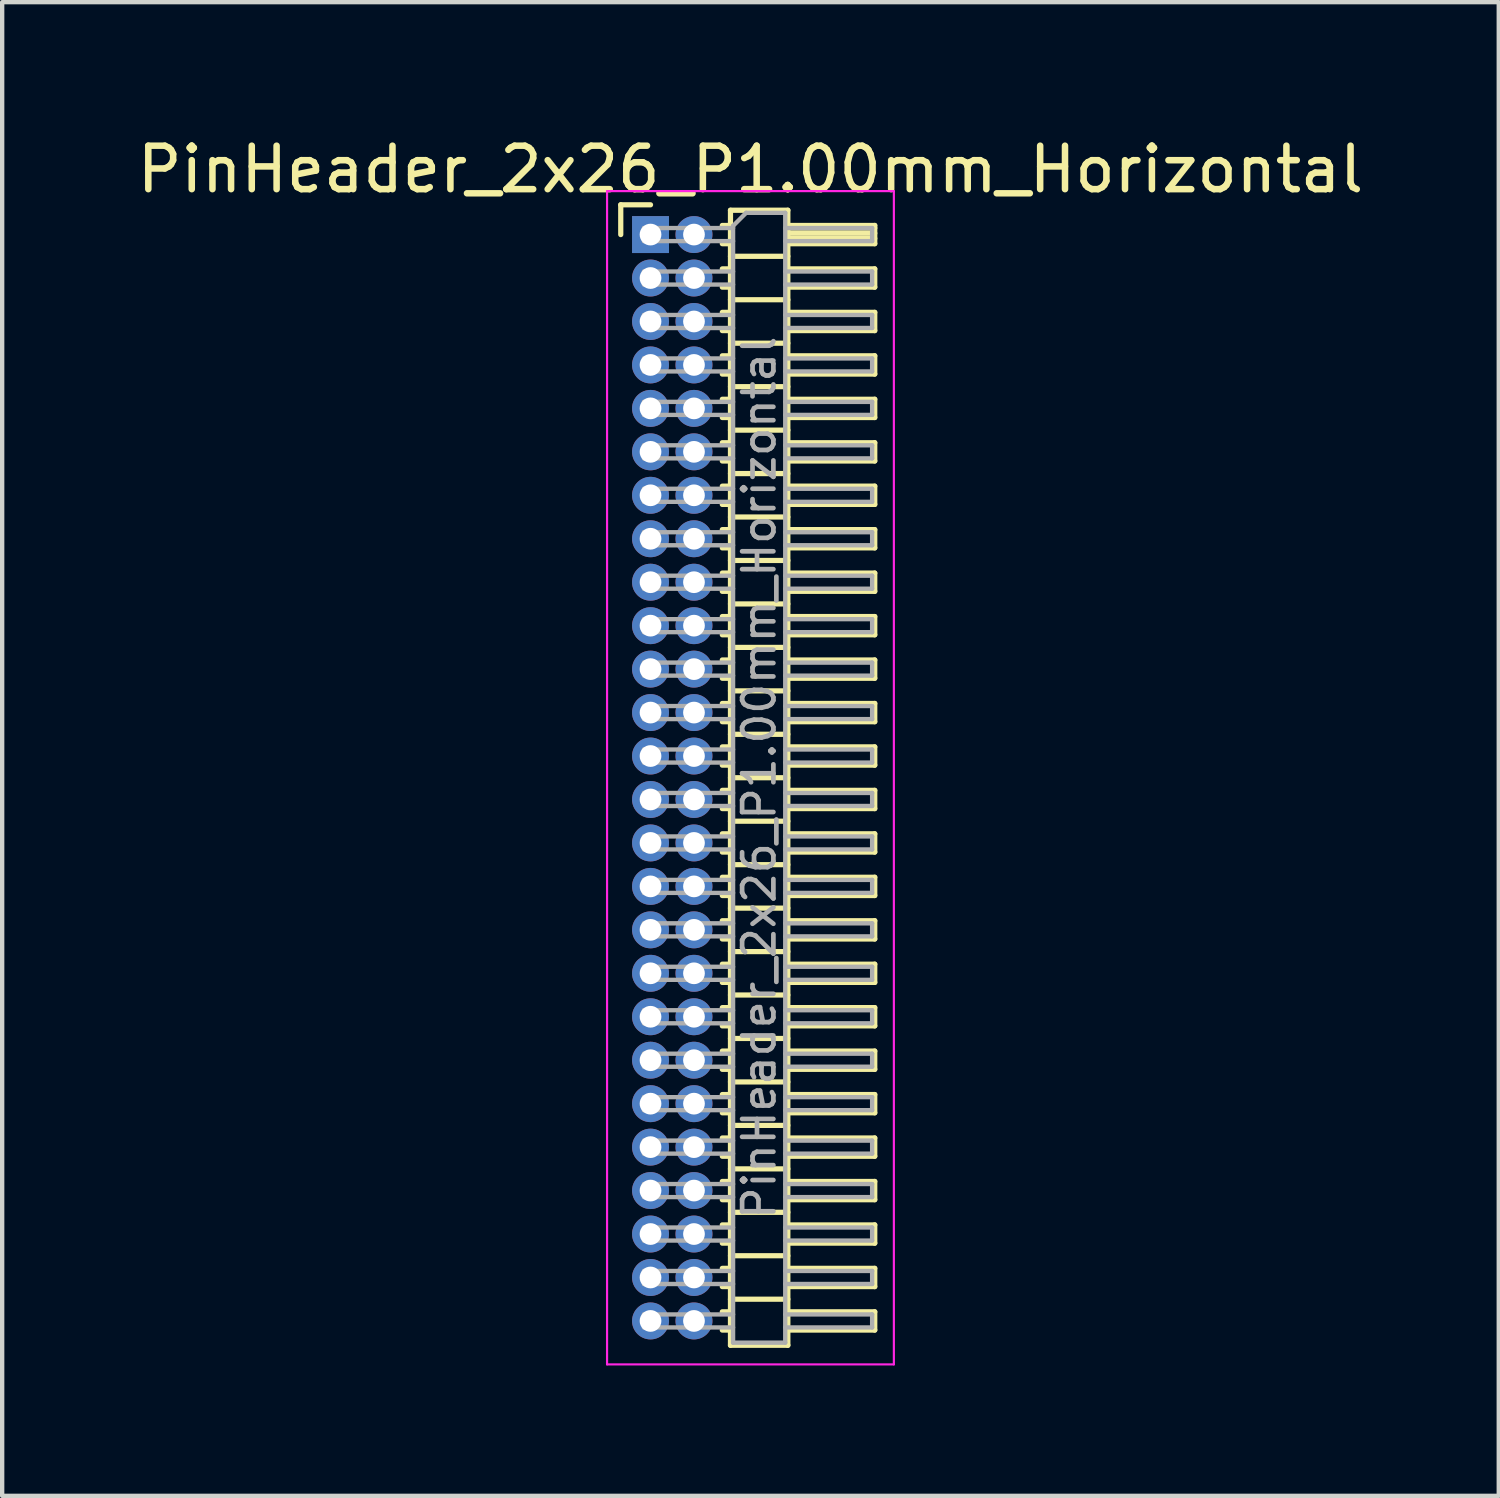
<source format=kicad_pcb>
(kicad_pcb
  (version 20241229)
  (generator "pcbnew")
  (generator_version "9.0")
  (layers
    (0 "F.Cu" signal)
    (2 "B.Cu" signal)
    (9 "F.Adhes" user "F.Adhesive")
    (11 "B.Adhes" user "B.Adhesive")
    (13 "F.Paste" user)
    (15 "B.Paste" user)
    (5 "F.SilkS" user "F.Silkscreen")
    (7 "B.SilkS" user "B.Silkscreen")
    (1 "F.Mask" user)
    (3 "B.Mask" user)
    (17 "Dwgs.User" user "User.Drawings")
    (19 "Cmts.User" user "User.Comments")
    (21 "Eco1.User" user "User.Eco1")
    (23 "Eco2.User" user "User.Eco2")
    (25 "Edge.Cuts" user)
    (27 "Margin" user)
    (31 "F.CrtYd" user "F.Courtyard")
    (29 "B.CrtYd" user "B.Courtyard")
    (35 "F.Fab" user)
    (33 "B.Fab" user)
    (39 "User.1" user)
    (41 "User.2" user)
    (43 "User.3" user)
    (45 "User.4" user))
  (footprint "PinHeader_2x26_P1.00mm_Horizontal"
    (layer "F.Cu")
    (at 11.92 2.348)
    (property "Reference" "PinHeader_2x26_P1.00mm_Horizontal" (at 2.3 -1.5 0) (layer "F.SilkS") (effects (font (size 1 1) (thickness 0.15))))
    (attr through_hole)
    (fp_line (start -0.685 -0.685) (end 0 -0.685) (stroke (width 0.12) (type solid)) (layer "F.SilkS"))
    (fp_line (start -0.685 0) (end -0.685 -0.685) (stroke (width 0.12) (type solid)) (layer "F.SilkS"))
    (fp_line (start 1.652 -0.21) (end 1.84 -0.21) (stroke (width 0.12) (type solid)) (layer "F.SilkS"))
    (fp_line (start 1.652 0.21) (end 1.84 0.21) (stroke (width 0.12) (type solid)) (layer "F.SilkS"))
    (fp_line (start 1.652 0.79) (end 1.84 0.79) (stroke (width 0.12) (type solid)) (layer "F.SilkS"))
    (fp_line (start 1.652 1.21) (end 1.84 1.21) (stroke (width 0.12) (type solid)) (layer "F.SilkS"))
    (fp_line (start 1.652 1.79) (end 1.84 1.79) (stroke (width 0.12) (type solid)) (layer "F.SilkS"))
    (fp_line (start 1.652 2.21) (end 1.84 2.21) (stroke (width 0.12) (type solid)) (layer "F.SilkS"))
    (fp_line (start 1.652 2.79) (end 1.84 2.79) (stroke (width 0.12) (type solid)) (layer "F.SilkS"))
    (fp_line (start 1.652 3.21) (end 1.84 3.21) (stroke (width 0.12) (type solid)) (layer "F.SilkS"))
    (fp_line (start 1.652 3.79) (end 1.84 3.79) (stroke (width 0.12) (type solid)) (layer "F.SilkS"))
    (fp_line (start 1.652 4.21) (end 1.84 4.21) (stroke (width 0.12) (type solid)) (layer "F.SilkS"))
    (fp_line (start 1.652 4.79) (end 1.84 4.79) (stroke (width 0.12) (type solid)) (layer "F.SilkS"))
    (fp_line (start 1.652 5.21) (end 1.84 5.21) (stroke (width 0.12) (type solid)) (layer "F.SilkS"))
    (fp_line (start 1.652 5.79) (end 1.84 5.79) (stroke (width 0.12) (type solid)) (layer "F.SilkS"))
    (fp_line (start 1.652 6.21) (end 1.84 6.21) (stroke (width 0.12) (type solid)) (layer "F.SilkS"))
    (fp_line (start 1.652 6.79) (end 1.84 6.79) (stroke (width 0.12) (type solid)) (layer "F.SilkS"))
    (fp_line (start 1.652 7.21) (end 1.84 7.21) (stroke (width 0.12) (type solid)) (layer "F.SilkS"))
    (fp_line (start 1.652 7.79) (end 1.84 7.79) (stroke (width 0.12) (type solid)) (layer "F.SilkS"))
    (fp_line (start 1.652 8.21) (end 1.84 8.21) (stroke (width 0.12) (type solid)) (layer "F.SilkS"))
    (fp_line (start 1.652 8.79) (end 1.84 8.79) (stroke (width 0.12) (type solid)) (layer "F.SilkS"))
    (fp_line (start 1.652 9.21) (end 1.84 9.21) (stroke (width 0.12) (type solid)) (layer "F.SilkS"))
    (fp_line (start 1.652 9.79) (end 1.84 9.79) (stroke (width 0.12) (type solid)) (layer "F.SilkS"))
    (fp_line (start 1.652 10.21) (end 1.84 10.21) (stroke (width 0.12) (type solid)) (layer "F.SilkS"))
    (fp_line (start 1.652 10.79) (end 1.84 10.79) (stroke (width 0.12) (type solid)) (layer "F.SilkS"))
    (fp_line (start 1.652 11.21) (end 1.84 11.21) (stroke (width 0.12) (type solid)) (layer "F.SilkS"))
    (fp_line (start 1.652 11.79) (end 1.84 11.79) (stroke (width 0.12) (type solid)) (layer "F.SilkS"))
    (fp_line (start 1.652 12.21) (end 1.84 12.21) (stroke (width 0.12) (type solid)) (layer "F.SilkS"))
    (fp_line (start 1.652 12.79) (end 1.84 12.79) (stroke (width 0.12) (type solid)) (layer "F.SilkS"))
    (fp_line (start 1.652 13.21) (end 1.84 13.21) (stroke (width 0.12) (type solid)) (layer "F.SilkS"))
    (fp_line (start 1.652 13.79) (end 1.84 13.79) (stroke (width 0.12) (type solid)) (layer "F.SilkS"))
    (fp_line (start 1.652 14.21) (end 1.84 14.21) (stroke (width 0.12) (type solid)) (layer "F.SilkS"))
    (fp_line (start 1.652 14.79) (end 1.84 14.79) (stroke (width 0.12) (type solid)) (layer "F.SilkS"))
    (fp_line (start 1.652 15.21) (end 1.84 15.21) (stroke (width 0.12) (type solid)) (layer "F.SilkS"))
    (fp_line (start 1.652 15.79) (end 1.84 15.79) (stroke (width 0.12) (type solid)) (layer "F.SilkS"))
    (fp_line (start 1.652 16.21) (end 1.84 16.21) (stroke (width 0.12) (type solid)) (layer "F.SilkS"))
    (fp_line (start 1.652 16.79) (end 1.84 16.79) (stroke (width 0.12) (type solid)) (layer "F.SilkS"))
    (fp_line (start 1.652 17.21) (end 1.84 17.21) (stroke (width 0.12) (type solid)) (layer "F.SilkS"))
    (fp_line (start 1.652 17.79) (end 1.84 17.79) (stroke (width 0.12) (type solid)) (layer "F.SilkS"))
    (fp_line (start 1.652 18.21) (end 1.84 18.21) (stroke (width 0.12) (type solid)) (layer "F.SilkS"))
    (fp_line (start 1.652 18.79) (end 1.84 18.79) (stroke (width 0.12) (type solid)) (layer "F.SilkS"))
    (fp_line (start 1.652 19.21) (end 1.84 19.21) (stroke (width 0.12) (type solid)) (layer "F.SilkS"))
    (fp_line (start 1.652 19.79) (end 1.84 19.79) (stroke (width 0.12) (type solid)) (layer "F.SilkS"))
    (fp_line (start 1.652 20.21) (end 1.84 20.21) (stroke (width 0.12) (type solid)) (layer "F.SilkS"))
    (fp_line (start 1.652 20.79) (end 1.84 20.79) (stroke (width 0.12) (type solid)) (layer "F.SilkS"))
    (fp_line (start 1.652 21.21) (end 1.84 21.21) (stroke (width 0.12) (type solid)) (layer "F.SilkS"))
    (fp_line (start 1.652 21.79) (end 1.84 21.79) (stroke (width 0.12) (type solid)) (layer "F.SilkS"))
    (fp_line (start 1.652 22.21) (end 1.84 22.21) (stroke (width 0.12) (type solid)) (layer "F.SilkS"))
    (fp_line (start 1.652 22.79) (end 1.84 22.79) (stroke (width 0.12) (type solid)) (layer "F.SilkS"))
    (fp_line (start 1.652 23.21) (end 1.84 23.21) (stroke (width 0.12) (type solid)) (layer "F.SilkS"))
    (fp_line (start 1.652 23.79) (end 1.84 23.79) (stroke (width 0.12) (type solid)) (layer "F.SilkS"))
    (fp_line (start 1.652 24.21) (end 1.84 24.21) (stroke (width 0.12) (type solid)) (layer "F.SilkS"))
    (fp_line (start 1.652 24.79) (end 1.84 24.79) (stroke (width 0.12) (type solid)) (layer "F.SilkS"))
    (fp_line (start 1.652 25.21) (end 1.84 25.21) (stroke (width 0.12) (type solid)) (layer "F.SilkS"))
    (fp_line (start 1.84 -0.56) (end 1.84 25.56) (stroke (width 0.12) (type solid)) (layer "F.SilkS"))
    (fp_line (start 1.84 0.5) (end 3.16 0.5) (stroke (width 0.12) (type solid)) (layer "F.SilkS"))
    (fp_line (start 1.84 1.5) (end 3.16 1.5) (stroke (width 0.12) (type solid)) (layer "F.SilkS"))
    (fp_line (start 1.84 2.5) (end 3.16 2.5) (stroke (width 0.12) (type solid)) (layer "F.SilkS"))
    (fp_line (start 1.84 3.5) (end 3.16 3.5) (stroke (width 0.12) (type solid)) (layer "F.SilkS"))
    (fp_line (start 1.84 4.5) (end 3.16 4.5) (stroke (width 0.12) (type solid)) (layer "F.SilkS"))
    (fp_line (start 1.84 5.5) (end 3.16 5.5) (stroke (width 0.12) (type solid)) (layer "F.SilkS"))
    (fp_line (start 1.84 6.5) (end 3.16 6.5) (stroke (width 0.12) (type solid)) (layer "F.SilkS"))
    (fp_line (start 1.84 7.5) (end 3.16 7.5) (stroke (width 0.12) (type solid)) (layer "F.SilkS"))
    (fp_line (start 1.84 8.5) (end 3.16 8.5) (stroke (width 0.12) (type solid)) (layer "F.SilkS"))
    (fp_line (start 1.84 9.5) (end 3.16 9.5) (stroke (width 0.12) (type solid)) (layer "F.SilkS"))
    (fp_line (start 1.84 10.5) (end 3.16 10.5) (stroke (width 0.12) (type solid)) (layer "F.SilkS"))
    (fp_line (start 1.84 11.5) (end 3.16 11.5) (stroke (width 0.12) (type solid)) (layer "F.SilkS"))
    (fp_line (start 1.84 12.5) (end 3.16 12.5) (stroke (width 0.12) (type solid)) (layer "F.SilkS"))
    (fp_line (start 1.84 13.5) (end 3.16 13.5) (stroke (width 0.12) (type solid)) (layer "F.SilkS"))
    (fp_line (start 1.84 14.5) (end 3.16 14.5) (stroke (width 0.12) (type solid)) (layer "F.SilkS"))
    (fp_line (start 1.84 15.5) (end 3.16 15.5) (stroke (width 0.12) (type solid)) (layer "F.SilkS"))
    (fp_line (start 1.84 16.5) (end 3.16 16.5) (stroke (width 0.12) (type solid)) (layer "F.SilkS"))
    (fp_line (start 1.84 17.5) (end 3.16 17.5) (stroke (width 0.12) (type solid)) (layer "F.SilkS"))
    (fp_line (start 1.84 18.5) (end 3.16 18.5) (stroke (width 0.12) (type solid)) (layer "F.SilkS"))
    (fp_line (start 1.84 19.5) (end 3.16 19.5) (stroke (width 0.12) (type solid)) (layer "F.SilkS"))
    (fp_line (start 1.84 20.5) (end 3.16 20.5) (stroke (width 0.12) (type solid)) (layer "F.SilkS"))
    (fp_line (start 1.84 21.5) (end 3.16 21.5) (stroke (width 0.12) (type solid)) (layer "F.SilkS"))
    (fp_line (start 1.84 22.5) (end 3.16 22.5) (stroke (width 0.12) (type solid)) (layer "F.SilkS"))
    (fp_line (start 1.84 23.5) (end 3.16 23.5) (stroke (width 0.12) (type solid)) (layer "F.SilkS"))
    (fp_line (start 1.84 24.5) (end 3.16 24.5) (stroke (width 0.12) (type solid)) (layer "F.SilkS"))
    (fp_line (start 1.84 25.56) (end 3.16 25.56) (stroke (width 0.12) (type solid)) (layer "F.SilkS"))
    (fp_line (start 3.16 -0.56) (end 1.84 -0.56) (stroke (width 0.12) (type solid)) (layer "F.SilkS"))
    (fp_line (start 3.16 -0.21) (end 5.16 -0.21) (stroke (width 0.12) (type solid)) (layer "F.SilkS"))
    (fp_line (start 3.16 -0.15) (end 5.16 -0.15) (stroke (width 0.12) (type solid)) (layer "F.SilkS"))
    (fp_line (start 3.16 -0.03) (end 5.16 -0.03) (stroke (width 0.12) (type solid)) (layer "F.SilkS"))
    (fp_line (start 3.16 0.09) (end 5.16 0.09) (stroke (width 0.12) (type solid)) (layer "F.SilkS"))
    (fp_line (start 3.16 0.79) (end 5.16 0.79) (stroke (width 0.12) (type solid)) (layer "F.SilkS"))
    (fp_line (start 3.16 1.79) (end 5.16 1.79) (stroke (width 0.12) (type solid)) (layer "F.SilkS"))
    (fp_line (start 3.16 2.79) (end 5.16 2.79) (stroke (width 0.12) (type solid)) (layer "F.SilkS"))
    (fp_line (start 3.16 3.79) (end 5.16 3.79) (stroke (width 0.12) (type solid)) (layer "F.SilkS"))
    (fp_line (start 3.16 4.79) (end 5.16 4.79) (stroke (width 0.12) (type solid)) (layer "F.SilkS"))
    (fp_line (start 3.16 5.79) (end 5.16 5.79) (stroke (width 0.12) (type solid)) (layer "F.SilkS"))
    (fp_line (start 3.16 6.79) (end 5.16 6.79) (stroke (width 0.12) (type solid)) (layer "F.SilkS"))
    (fp_line (start 3.16 7.79) (end 5.16 7.79) (stroke (width 0.12) (type solid)) (layer "F.SilkS"))
    (fp_line (start 3.16 8.79) (end 5.16 8.79) (stroke (width 0.12) (type solid)) (layer "F.SilkS"))
    (fp_line (start 3.16 9.79) (end 5.16 9.79) (stroke (width 0.12) (type solid)) (layer "F.SilkS"))
    (fp_line (start 3.16 10.79) (end 5.16 10.79) (stroke (width 0.12) (type solid)) (layer "F.SilkS"))
    (fp_line (start 3.16 11.79) (end 5.16 11.79) (stroke (width 0.12) (type solid)) (layer "F.SilkS"))
    (fp_line (start 3.16 12.79) (end 5.16 12.79) (stroke (width 0.12) (type solid)) (layer "F.SilkS"))
    (fp_line (start 3.16 13.79) (end 5.16 13.79) (stroke (width 0.12) (type solid)) (layer "F.SilkS"))
    (fp_line (start 3.16 14.79) (end 5.16 14.79) (stroke (width 0.12) (type solid)) (layer "F.SilkS"))
    (fp_line (start 3.16 15.79) (end 5.16 15.79) (stroke (width 0.12) (type solid)) (layer "F.SilkS"))
    (fp_line (start 3.16 16.79) (end 5.16 16.79) (stroke (width 0.12) (type solid)) (layer "F.SilkS"))
    (fp_line (start 3.16 17.79) (end 5.16 17.79) (stroke (width 0.12) (type solid)) (layer "F.SilkS"))
    (fp_line (start 3.16 18.79) (end 5.16 18.79) (stroke (width 0.12) (type solid)) (layer "F.SilkS"))
    (fp_line (start 3.16 19.79) (end 5.16 19.79) (stroke (width 0.12) (type solid)) (layer "F.SilkS"))
    (fp_line (start 3.16 20.79) (end 5.16 20.79) (stroke (width 0.12) (type solid)) (layer "F.SilkS"))
    (fp_line (start 3.16 21.79) (end 5.16 21.79) (stroke (width 0.12) (type solid)) (layer "F.SilkS"))
    (fp_line (start 3.16 22.79) (end 5.16 22.79) (stroke (width 0.12) (type solid)) (layer "F.SilkS"))
    (fp_line (start 3.16 23.79) (end 5.16 23.79) (stroke (width 0.12) (type solid)) (layer "F.SilkS"))
    (fp_line (start 3.16 24.79) (end 5.16 24.79) (stroke (width 0.12) (type solid)) (layer "F.SilkS"))
    (fp_line (start 3.16 25.56) (end 3.16 -0.56) (stroke (width 0.12) (type solid)) (layer "F.SilkS"))
    (fp_line (start 5.16 -0.21) (end 5.16 0.21) (stroke (width 0.12) (type solid)) (layer "F.SilkS"))
    (fp_line (start 5.16 0.21) (end 3.16 0.21) (stroke (width 0.12) (type solid)) (layer "F.SilkS"))
    (fp_line (start 5.16 0.79) (end 5.16 1.21) (stroke (width 0.12) (type solid)) (layer "F.SilkS"))
    (fp_line (start 5.16 1.21) (end 3.16 1.21) (stroke (width 0.12) (type solid)) (layer "F.SilkS"))
    (fp_line (start 5.16 1.79) (end 5.16 2.21) (stroke (width 0.12) (type solid)) (layer "F.SilkS"))
    (fp_line (start 5.16 2.21) (end 3.16 2.21) (stroke (width 0.12) (type solid)) (layer "F.SilkS"))
    (fp_line (start 5.16 2.79) (end 5.16 3.21) (stroke (width 0.12) (type solid)) (layer "F.SilkS"))
    (fp_line (start 5.16 3.21) (end 3.16 3.21) (stroke (width 0.12) (type solid)) (layer "F.SilkS"))
    (fp_line (start 5.16 3.79) (end 5.16 4.21) (stroke (width 0.12) (type solid)) (layer "F.SilkS"))
    (fp_line (start 5.16 4.21) (end 3.16 4.21) (stroke (width 0.12) (type solid)) (layer "F.SilkS"))
    (fp_line (start 5.16 4.79) (end 5.16 5.21) (stroke (width 0.12) (type solid)) (layer "F.SilkS"))
    (fp_line (start 5.16 5.21) (end 3.16 5.21) (stroke (width 0.12) (type solid)) (layer "F.SilkS"))
    (fp_line (start 5.16 5.79) (end 5.16 6.21) (stroke (width 0.12) (type solid)) (layer "F.SilkS"))
    (fp_line (start 5.16 6.21) (end 3.16 6.21) (stroke (width 0.12) (type solid)) (layer "F.SilkS"))
    (fp_line (start 5.16 6.79) (end 5.16 7.21) (stroke (width 0.12) (type solid)) (layer "F.SilkS"))
    (fp_line (start 5.16 7.21) (end 3.16 7.21) (stroke (width 0.12) (type solid)) (layer "F.SilkS"))
    (fp_line (start 5.16 7.79) (end 5.16 8.21) (stroke (width 0.12) (type solid)) (layer "F.SilkS"))
    (fp_line (start 5.16 8.21) (end 3.16 8.21) (stroke (width 0.12) (type solid)) (layer "F.SilkS"))
    (fp_line (start 5.16 8.79) (end 5.16 9.21) (stroke (width 0.12) (type solid)) (layer "F.SilkS"))
    (fp_line (start 5.16 9.21) (end 3.16 9.21) (stroke (width 0.12) (type solid)) (layer "F.SilkS"))
    (fp_line (start 5.16 9.79) (end 5.16 10.21) (stroke (width 0.12) (type solid)) (layer "F.SilkS"))
    (fp_line (start 5.16 10.21) (end 3.16 10.21) (stroke (width 0.12) (type solid)) (layer "F.SilkS"))
    (fp_line (start 5.16 10.79) (end 5.16 11.21) (stroke (width 0.12) (type solid)) (layer "F.SilkS"))
    (fp_line (start 5.16 11.21) (end 3.16 11.21) (stroke (width 0.12) (type solid)) (layer "F.SilkS"))
    (fp_line (start 5.16 11.79) (end 5.16 12.21) (stroke (width 0.12) (type solid)) (layer "F.SilkS"))
    (fp_line (start 5.16 12.21) (end 3.16 12.21) (stroke (width 0.12) (type solid)) (layer "F.SilkS"))
    (fp_line (start 5.16 12.79) (end 5.16 13.21) (stroke (width 0.12) (type solid)) (layer "F.SilkS"))
    (fp_line (start 5.16 13.21) (end 3.16 13.21) (stroke (width 0.12) (type solid)) (layer "F.SilkS"))
    (fp_line (start 5.16 13.79) (end 5.16 14.21) (stroke (width 0.12) (type solid)) (layer "F.SilkS"))
    (fp_line (start 5.16 14.21) (end 3.16 14.21) (stroke (width 0.12) (type solid)) (layer "F.SilkS"))
    (fp_line (start 5.16 14.79) (end 5.16 15.21) (stroke (width 0.12) (type solid)) (layer "F.SilkS"))
    (fp_line (start 5.16 15.21) (end 3.16 15.21) (stroke (width 0.12) (type solid)) (layer "F.SilkS"))
    (fp_line (start 5.16 15.79) (end 5.16 16.21) (stroke (width 0.12) (type solid)) (layer "F.SilkS"))
    (fp_line (start 5.16 16.21) (end 3.16 16.21) (stroke (width 0.12) (type solid)) (layer "F.SilkS"))
    (fp_line (start 5.16 16.79) (end 5.16 17.21) (stroke (width 0.12) (type solid)) (layer "F.SilkS"))
    (fp_line (start 5.16 17.21) (end 3.16 17.21) (stroke (width 0.12) (type solid)) (layer "F.SilkS"))
    (fp_line (start 5.16 17.79) (end 5.16 18.21) (stroke (width 0.12) (type solid)) (layer "F.SilkS"))
    (fp_line (start 5.16 18.21) (end 3.16 18.21) (stroke (width 0.12) (type solid)) (layer "F.SilkS"))
    (fp_line (start 5.16 18.79) (end 5.16 19.21) (stroke (width 0.12) (type solid)) (layer "F.SilkS"))
    (fp_line (start 5.16 19.21) (end 3.16 19.21) (stroke (width 0.12) (type solid)) (layer "F.SilkS"))
    (fp_line (start 5.16 19.79) (end 5.16 20.21) (stroke (width 0.12) (type solid)) (layer "F.SilkS"))
    (fp_line (start 5.16 20.21) (end 3.16 20.21) (stroke (width 0.12) (type solid)) (layer "F.SilkS"))
    (fp_line (start 5.16 20.79) (end 5.16 21.21) (stroke (width 0.12) (type solid)) (layer "F.SilkS"))
    (fp_line (start 5.16 21.21) (end 3.16 21.21) (stroke (width 0.12) (type solid)) (layer "F.SilkS"))
    (fp_line (start 5.16 21.79) (end 5.16 22.21) (stroke (width 0.12) (type solid)) (layer "F.SilkS"))
    (fp_line (start 5.16 22.21) (end 3.16 22.21) (stroke (width 0.12) (type solid)) (layer "F.SilkS"))
    (fp_line (start 5.16 22.79) (end 5.16 23.21) (stroke (width 0.12) (type solid)) (layer "F.SilkS"))
    (fp_line (start 5.16 23.21) (end 3.16 23.21) (stroke (width 0.12) (type solid)) (layer "F.SilkS"))
    (fp_line (start 5.16 23.79) (end 5.16 24.21) (stroke (width 0.12) (type solid)) (layer "F.SilkS"))
    (fp_line (start 5.16 24.21) (end 3.16 24.21) (stroke (width 0.12) (type solid)) (layer "F.SilkS"))
    (fp_line (start 5.16 24.79) (end 5.16 25.21) (stroke (width 0.12) (type solid)) (layer "F.SilkS"))
    (fp_line (start 5.16 25.21) (end 3.16 25.21) (stroke (width 0.12) (type solid)) (layer "F.SilkS"))
    (fp_line (start -1 -1) (end -1 26) (stroke (width 0.05) (type solid)) (layer "F.CrtYd"))
    (fp_line (start -1 26) (end 5.6 26) (stroke (width 0.05) (type solid)) (layer "F.CrtYd"))
    (fp_line (start 5.6 -1) (end -1 -1) (stroke (width 0.05) (type solid)) (layer "F.CrtYd"))
    (fp_line (start 5.6 26) (end 5.6 -1) (stroke (width 0.05) (type solid)) (layer "F.CrtYd"))
    (fp_line (start -0.15 -0.15) (end -0.15 0.15) (stroke (width 0.1) (type solid)) (layer "F.Fab"))
    (fp_line (start -0.15 -0.15) (end 1.9 -0.15) (stroke (width 0.1) (type solid)) (layer "F.Fab"))
    (fp_line (start -0.15 0.15) (end 1.9 0.15) (stroke (width 0.1) (type solid)) (layer "F.Fab"))
    (fp_line (start -0.15 0.85) (end -0.15 1.15) (stroke (width 0.1) (type solid)) (layer "F.Fab"))
    (fp_line (start -0.15 0.85) (end 1.9 0.85) (stroke (width 0.1) (type solid)) (layer "F.Fab"))
    (fp_line (start -0.15 1.15) (end 1.9 1.15) (stroke (width 0.1) (type solid)) (layer "F.Fab"))
    (fp_line (start -0.15 1.85) (end -0.15 2.15) (stroke (width 0.1) (type solid)) (layer "F.Fab"))
    (fp_line (start -0.15 1.85) (end 1.9 1.85) (stroke (width 0.1) (type solid)) (layer "F.Fab"))
    (fp_line (start -0.15 2.15) (end 1.9 2.15) (stroke (width 0.1) (type solid)) (layer "F.Fab"))
    (fp_line (start -0.15 2.85) (end -0.15 3.15) (stroke (width 0.1) (type solid)) (layer "F.Fab"))
    (fp_line (start -0.15 2.85) (end 1.9 2.85) (stroke (width 0.1) (type solid)) (layer "F.Fab"))
    (fp_line (start -0.15 3.15) (end 1.9 3.15) (stroke (width 0.1) (type solid)) (layer "F.Fab"))
    (fp_line (start -0.15 3.85) (end -0.15 4.15) (stroke (width 0.1) (type solid)) (layer "F.Fab"))
    (fp_line (start -0.15 3.85) (end 1.9 3.85) (stroke (width 0.1) (type solid)) (layer "F.Fab"))
    (fp_line (start -0.15 4.15) (end 1.9 4.15) (stroke (width 0.1) (type solid)) (layer "F.Fab"))
    (fp_line (start -0.15 4.85) (end -0.15 5.15) (stroke (width 0.1) (type solid)) (layer "F.Fab"))
    (fp_line (start -0.15 4.85) (end 1.9 4.85) (stroke (width 0.1) (type solid)) (layer "F.Fab"))
    (fp_line (start -0.15 5.15) (end 1.9 5.15) (stroke (width 0.1) (type solid)) (layer "F.Fab"))
    (fp_line (start -0.15 5.85) (end -0.15 6.15) (stroke (width 0.1) (type solid)) (layer "F.Fab"))
    (fp_line (start -0.15 5.85) (end 1.9 5.85) (stroke (width 0.1) (type solid)) (layer "F.Fab"))
    (fp_line (start -0.15 6.15) (end 1.9 6.15) (stroke (width 0.1) (type solid)) (layer "F.Fab"))
    (fp_line (start -0.15 6.85) (end -0.15 7.15) (stroke (width 0.1) (type solid)) (layer "F.Fab"))
    (fp_line (start -0.15 6.85) (end 1.9 6.85) (stroke (width 0.1) (type solid)) (layer "F.Fab"))
    (fp_line (start -0.15 7.15) (end 1.9 7.15) (stroke (width 0.1) (type solid)) (layer "F.Fab"))
    (fp_line (start -0.15 7.85) (end -0.15 8.15) (stroke (width 0.1) (type solid)) (layer "F.Fab"))
    (fp_line (start -0.15 7.85) (end 1.9 7.85) (stroke (width 0.1) (type solid)) (layer "F.Fab"))
    (fp_line (start -0.15 8.15) (end 1.9 8.15) (stroke (width 0.1) (type solid)) (layer "F.Fab"))
    (fp_line (start -0.15 8.85) (end -0.15 9.15) (stroke (width 0.1) (type solid)) (layer "F.Fab"))
    (fp_line (start -0.15 8.85) (end 1.9 8.85) (stroke (width 0.1) (type solid)) (layer "F.Fab"))
    (fp_line (start -0.15 9.15) (end 1.9 9.15) (stroke (width 0.1) (type solid)) (layer "F.Fab"))
    (fp_line (start -0.15 9.85) (end -0.15 10.15) (stroke (width 0.1) (type solid)) (layer "F.Fab"))
    (fp_line (start -0.15 9.85) (end 1.9 9.85) (stroke (width 0.1) (type solid)) (layer "F.Fab"))
    (fp_line (start -0.15 10.15) (end 1.9 10.15) (stroke (width 0.1) (type solid)) (layer "F.Fab"))
    (fp_line (start -0.15 10.85) (end -0.15 11.15) (stroke (width 0.1) (type solid)) (layer "F.Fab"))
    (fp_line (start -0.15 10.85) (end 1.9 10.85) (stroke (width 0.1) (type solid)) (layer "F.Fab"))
    (fp_line (start -0.15 11.15) (end 1.9 11.15) (stroke (width 0.1) (type solid)) (layer "F.Fab"))
    (fp_line (start -0.15 11.85) (end -0.15 12.15) (stroke (width 0.1) (type solid)) (layer "F.Fab"))
    (fp_line (start -0.15 11.85) (end 1.9 11.85) (stroke (width 0.1) (type solid)) (layer "F.Fab"))
    (fp_line (start -0.15 12.15) (end 1.9 12.15) (stroke (width 0.1) (type solid)) (layer "F.Fab"))
    (fp_line (start -0.15 12.85) (end -0.15 13.15) (stroke (width 0.1) (type solid)) (layer "F.Fab"))
    (fp_line (start -0.15 12.85) (end 1.9 12.85) (stroke (width 0.1) (type solid)) (layer "F.Fab"))
    (fp_line (start -0.15 13.15) (end 1.9 13.15) (stroke (width 0.1) (type solid)) (layer "F.Fab"))
    (fp_line (start -0.15 13.85) (end -0.15 14.15) (stroke (width 0.1) (type solid)) (layer "F.Fab"))
    (fp_line (start -0.15 13.85) (end 1.9 13.85) (stroke (width 0.1) (type solid)) (layer "F.Fab"))
    (fp_line (start -0.15 14.15) (end 1.9 14.15) (stroke (width 0.1) (type solid)) (layer "F.Fab"))
    (fp_line (start -0.15 14.85) (end -0.15 15.15) (stroke (width 0.1) (type solid)) (layer "F.Fab"))
    (fp_line (start -0.15 14.85) (end 1.9 14.85) (stroke (width 0.1) (type solid)) (layer "F.Fab"))
    (fp_line (start -0.15 15.15) (end 1.9 15.15) (stroke (width 0.1) (type solid)) (layer "F.Fab"))
    (fp_line (start -0.15 15.85) (end -0.15 16.15) (stroke (width 0.1) (type solid)) (layer "F.Fab"))
    (fp_line (start -0.15 15.85) (end 1.9 15.85) (stroke (width 0.1) (type solid)) (layer "F.Fab"))
    (fp_line (start -0.15 16.15) (end 1.9 16.15) (stroke (width 0.1) (type solid)) (layer "F.Fab"))
    (fp_line (start -0.15 16.85) (end -0.15 17.15) (stroke (width 0.1) (type solid)) (layer "F.Fab"))
    (fp_line (start -0.15 16.85) (end 1.9 16.85) (stroke (width 0.1) (type solid)) (layer "F.Fab"))
    (fp_line (start -0.15 17.15) (end 1.9 17.15) (stroke (width 0.1) (type solid)) (layer "F.Fab"))
    (fp_line (start -0.15 17.85) (end -0.15 18.15) (stroke (width 0.1) (type solid)) (layer "F.Fab"))
    (fp_line (start -0.15 17.85) (end 1.9 17.85) (stroke (width 0.1) (type solid)) (layer "F.Fab"))
    (fp_line (start -0.15 18.15) (end 1.9 18.15) (stroke (width 0.1) (type solid)) (layer "F.Fab"))
    (fp_line (start -0.15 18.85) (end -0.15 19.15) (stroke (width 0.1) (type solid)) (layer "F.Fab"))
    (fp_line (start -0.15 18.85) (end 1.9 18.85) (stroke (width 0.1) (type solid)) (layer "F.Fab"))
    (fp_line (start -0.15 19.15) (end 1.9 19.15) (stroke (width 0.1) (type solid)) (layer "F.Fab"))
    (fp_line (start -0.15 19.85) (end -0.15 20.15) (stroke (width 0.1) (type solid)) (layer "F.Fab"))
    (fp_line (start -0.15 19.85) (end 1.9 19.85) (stroke (width 0.1) (type solid)) (layer "F.Fab"))
    (fp_line (start -0.15 20.15) (end 1.9 20.15) (stroke (width 0.1) (type solid)) (layer "F.Fab"))
    (fp_line (start -0.15 20.85) (end -0.15 21.15) (stroke (width 0.1) (type solid)) (layer "F.Fab"))
    (fp_line (start -0.15 20.85) (end 1.9 20.85) (stroke (width 0.1) (type solid)) (layer "F.Fab"))
    (fp_line (start -0.15 21.15) (end 1.9 21.15) (stroke (width 0.1) (type solid)) (layer "F.Fab"))
    (fp_line (start -0.15 21.85) (end -0.15 22.15) (stroke (width 0.1) (type solid)) (layer "F.Fab"))
    (fp_line (start -0.15 21.85) (end 1.9 21.85) (stroke (width 0.1) (type solid)) (layer "F.Fab"))
    (fp_line (start -0.15 22.15) (end 1.9 22.15) (stroke (width 0.1) (type solid)) (layer "F.Fab"))
    (fp_line (start -0.15 22.85) (end -0.15 23.15) (stroke (width 0.1) (type solid)) (layer "F.Fab"))
    (fp_line (start -0.15 22.85) (end 1.9 22.85) (stroke (width 0.1) (type solid)) (layer "F.Fab"))
    (fp_line (start -0.15 23.15) (end 1.9 23.15) (stroke (width 0.1) (type solid)) (layer "F.Fab"))
    (fp_line (start -0.15 23.85) (end -0.15 24.15) (stroke (width 0.1) (type solid)) (layer "F.Fab"))
    (fp_line (start -0.15 23.85) (end 1.9 23.85) (stroke (width 0.1) (type solid)) (layer "F.Fab"))
    (fp_line (start -0.15 24.15) (end 1.9 24.15) (stroke (width 0.1) (type solid)) (layer "F.Fab"))
    (fp_line (start -0.15 24.85) (end -0.15 25.15) (stroke (width 0.1) (type solid)) (layer "F.Fab"))
    (fp_line (start -0.15 24.85) (end 1.9 24.85) (stroke (width 0.1) (type solid)) (layer "F.Fab"))
    (fp_line (start -0.15 25.15) (end 1.9 25.15) (stroke (width 0.1) (type solid)) (layer "F.Fab"))
    (fp_line (start 1.9 -0.2) (end 2.2 -0.5) (stroke (width 0.1) (type solid)) (layer "F.Fab"))
    (fp_line (start 1.9 25.5) (end 1.9 -0.2) (stroke (width 0.1) (type solid)) (layer "F.Fab"))
    (fp_line (start 2.2 -0.5) (end 3.1 -0.5) (stroke (width 0.1) (type solid)) (layer "F.Fab"))
    (fp_line (start 3.1 -0.5) (end 3.1 25.5) (stroke (width 0.1) (type solid)) (layer "F.Fab"))
    (fp_line (start 3.1 -0.15) (end 5.1 -0.15) (stroke (width 0.1) (type solid)) (layer "F.Fab"))
    (fp_line (start 3.1 0.15) (end 5.1 0.15) (stroke (width 0.1) (type solid)) (layer "F.Fab"))
    (fp_line (start 3.1 0.85) (end 5.1 0.85) (stroke (width 0.1) (type solid)) (layer "F.Fab"))
    (fp_line (start 3.1 1.15) (end 5.1 1.15) (stroke (width 0.1) (type solid)) (layer "F.Fab"))
    (fp_line (start 3.1 1.85) (end 5.1 1.85) (stroke (width 0.1) (type solid)) (layer "F.Fab"))
    (fp_line (start 3.1 2.15) (end 5.1 2.15) (stroke (width 0.1) (type solid)) (layer "F.Fab"))
    (fp_line (start 3.1 2.85) (end 5.1 2.85) (stroke (width 0.1) (type solid)) (layer "F.Fab"))
    (fp_line (start 3.1 3.15) (end 5.1 3.15) (stroke (width 0.1) (type solid)) (layer "F.Fab"))
    (fp_line (start 3.1 3.85) (end 5.1 3.85) (stroke (width 0.1) (type solid)) (layer "F.Fab"))
    (fp_line (start 3.1 4.15) (end 5.1 4.15) (stroke (width 0.1) (type solid)) (layer "F.Fab"))
    (fp_line (start 3.1 4.85) (end 5.1 4.85) (stroke (width 0.1) (type solid)) (layer "F.Fab"))
    (fp_line (start 3.1 5.15) (end 5.1 5.15) (stroke (width 0.1) (type solid)) (layer "F.Fab"))
    (fp_line (start 3.1 5.85) (end 5.1 5.85) (stroke (width 0.1) (type solid)) (layer "F.Fab"))
    (fp_line (start 3.1 6.15) (end 5.1 6.15) (stroke (width 0.1) (type solid)) (layer "F.Fab"))
    (fp_line (start 3.1 6.85) (end 5.1 6.85) (stroke (width 0.1) (type solid)) (layer "F.Fab"))
    (fp_line (start 3.1 7.15) (end 5.1 7.15) (stroke (width 0.1) (type solid)) (layer "F.Fab"))
    (fp_line (start 3.1 7.85) (end 5.1 7.85) (stroke (width 0.1) (type solid)) (layer "F.Fab"))
    (fp_line (start 3.1 8.15) (end 5.1 8.15) (stroke (width 0.1) (type solid)) (layer "F.Fab"))
    (fp_line (start 3.1 8.85) (end 5.1 8.85) (stroke (width 0.1) (type solid)) (layer "F.Fab"))
    (fp_line (start 3.1 9.15) (end 5.1 9.15) (stroke (width 0.1) (type solid)) (layer "F.Fab"))
    (fp_line (start 3.1 9.85) (end 5.1 9.85) (stroke (width 0.1) (type solid)) (layer "F.Fab"))
    (fp_line (start 3.1 10.15) (end 5.1 10.15) (stroke (width 0.1) (type solid)) (layer "F.Fab"))
    (fp_line (start 3.1 10.85) (end 5.1 10.85) (stroke (width 0.1) (type solid)) (layer "F.Fab"))
    (fp_line (start 3.1 11.15) (end 5.1 11.15) (stroke (width 0.1) (type solid)) (layer "F.Fab"))
    (fp_line (start 3.1 11.85) (end 5.1 11.85) (stroke (width 0.1) (type solid)) (layer "F.Fab"))
    (fp_line (start 3.1 12.15) (end 5.1 12.15) (stroke (width 0.1) (type solid)) (layer "F.Fab"))
    (fp_line (start 3.1 12.85) (end 5.1 12.85) (stroke (width 0.1) (type solid)) (layer "F.Fab"))
    (fp_line (start 3.1 13.15) (end 5.1 13.15) (stroke (width 0.1) (type solid)) (layer "F.Fab"))
    (fp_line (start 3.1 13.85) (end 5.1 13.85) (stroke (width 0.1) (type solid)) (layer "F.Fab"))
    (fp_line (start 3.1 14.15) (end 5.1 14.15) (stroke (width 0.1) (type solid)) (layer "F.Fab"))
    (fp_line (start 3.1 14.85) (end 5.1 14.85) (stroke (width 0.1) (type solid)) (layer "F.Fab"))
    (fp_line (start 3.1 15.15) (end 5.1 15.15) (stroke (width 0.1) (type solid)) (layer "F.Fab"))
    (fp_line (start 3.1 15.85) (end 5.1 15.85) (stroke (width 0.1) (type solid)) (layer "F.Fab"))
    (fp_line (start 3.1 16.15) (end 5.1 16.15) (stroke (width 0.1) (type solid)) (layer "F.Fab"))
    (fp_line (start 3.1 16.85) (end 5.1 16.85) (stroke (width 0.1) (type solid)) (layer "F.Fab"))
    (fp_line (start 3.1 17.15) (end 5.1 17.15) (stroke (width 0.1) (type solid)) (layer "F.Fab"))
    (fp_line (start 3.1 17.85) (end 5.1 17.85) (stroke (width 0.1) (type solid)) (layer "F.Fab"))
    (fp_line (start 3.1 18.15) (end 5.1 18.15) (stroke (width 0.1) (type solid)) (layer "F.Fab"))
    (fp_line (start 3.1 18.85) (end 5.1 18.85) (stroke (width 0.1) (type solid)) (layer "F.Fab"))
    (fp_line (start 3.1 19.15) (end 5.1 19.15) (stroke (width 0.1) (type solid)) (layer "F.Fab"))
    (fp_line (start 3.1 19.85) (end 5.1 19.85) (stroke (width 0.1) (type solid)) (layer "F.Fab"))
    (fp_line (start 3.1 20.15) (end 5.1 20.15) (stroke (width 0.1) (type solid)) (layer "F.Fab"))
    (fp_line (start 3.1 20.85) (end 5.1 20.85) (stroke (width 0.1) (type solid)) (layer "F.Fab"))
    (fp_line (start 3.1 21.15) (end 5.1 21.15) (stroke (width 0.1) (type solid)) (layer "F.Fab"))
    (fp_line (start 3.1 21.85) (end 5.1 21.85) (stroke (width 0.1) (type solid)) (layer "F.Fab"))
    (fp_line (start 3.1 22.15) (end 5.1 22.15) (stroke (width 0.1) (type solid)) (layer "F.Fab"))
    (fp_line (start 3.1 22.85) (end 5.1 22.85) (stroke (width 0.1) (type solid)) (layer "F.Fab"))
    (fp_line (start 3.1 23.15) (end 5.1 23.15) (stroke (width 0.1) (type solid)) (layer "F.Fab"))
    (fp_line (start 3.1 23.85) (end 5.1 23.85) (stroke (width 0.1) (type solid)) (layer "F.Fab"))
    (fp_line (start 3.1 24.15) (end 5.1 24.15) (stroke (width 0.1) (type solid)) (layer "F.Fab"))
    (fp_line (start 3.1 24.85) (end 5.1 24.85) (stroke (width 0.1) (type solid)) (layer "F.Fab"))
    (fp_line (start 3.1 25.15) (end 5.1 25.15) (stroke (width 0.1) (type solid)) (layer "F.Fab"))
    (fp_line (start 3.1 25.5) (end 1.9 25.5) (stroke (width 0.1) (type solid)) (layer "F.Fab"))
    (fp_line (start 5.1 -0.15) (end 5.1 0.15) (stroke (width 0.1) (type solid)) (layer "F.Fab"))
    (fp_line (start 5.1 0.85) (end 5.1 1.15) (stroke (width 0.1) (type solid)) (layer "F.Fab"))
    (fp_line (start 5.1 1.85) (end 5.1 2.15) (stroke (width 0.1) (type solid)) (layer "F.Fab"))
    (fp_line (start 5.1 2.85) (end 5.1 3.15) (stroke (width 0.1) (type solid)) (layer "F.Fab"))
    (fp_line (start 5.1 3.85) (end 5.1 4.15) (stroke (width 0.1) (type solid)) (layer "F.Fab"))
    (fp_line (start 5.1 4.85) (end 5.1 5.15) (stroke (width 0.1) (type solid)) (layer "F.Fab"))
    (fp_line (start 5.1 5.85) (end 5.1 6.15) (stroke (width 0.1) (type solid)) (layer "F.Fab"))
    (fp_line (start 5.1 6.85) (end 5.1 7.15) (stroke (width 0.1) (type solid)) (layer "F.Fab"))
    (fp_line (start 5.1 7.85) (end 5.1 8.15) (stroke (width 0.1) (type solid)) (layer "F.Fab"))
    (fp_line (start 5.1 8.85) (end 5.1 9.15) (stroke (width 0.1) (type solid)) (layer "F.Fab"))
    (fp_line (start 5.1 9.85) (end 5.1 10.15) (stroke (width 0.1) (type solid)) (layer "F.Fab"))
    (fp_line (start 5.1 10.85) (end 5.1 11.15) (stroke (width 0.1) (type solid)) (layer "F.Fab"))
    (fp_line (start 5.1 11.85) (end 5.1 12.15) (stroke (width 0.1) (type solid)) (layer "F.Fab"))
    (fp_line (start 5.1 12.85) (end 5.1 13.15) (stroke (width 0.1) (type solid)) (layer "F.Fab"))
    (fp_line (start 5.1 13.85) (end 5.1 14.15) (stroke (width 0.1) (type solid)) (layer "F.Fab"))
    (fp_line (start 5.1 14.85) (end 5.1 15.15) (stroke (width 0.1) (type solid)) (layer "F.Fab"))
    (fp_line (start 5.1 15.85) (end 5.1 16.15) (stroke (width 0.1) (type solid)) (layer "F.Fab"))
    (fp_line (start 5.1 16.85) (end 5.1 17.15) (stroke (width 0.1) (type solid)) (layer "F.Fab"))
    (fp_line (start 5.1 17.85) (end 5.1 18.15) (stroke (width 0.1) (type solid)) (layer "F.Fab"))
    (fp_line (start 5.1 18.85) (end 5.1 19.15) (stroke (width 0.1) (type solid)) (layer "F.Fab"))
    (fp_line (start 5.1 19.85) (end 5.1 20.15) (stroke (width 0.1) (type solid)) (layer "F.Fab"))
    (fp_line (start 5.1 20.85) (end 5.1 21.15) (stroke (width 0.1) (type solid)) (layer "F.Fab"))
    (fp_line (start 5.1 21.85) (end 5.1 22.15) (stroke (width 0.1) (type solid)) (layer "F.Fab"))
    (fp_line (start 5.1 22.85) (end 5.1 23.15) (stroke (width 0.1) (type solid)) (layer "F.Fab"))
    (fp_line (start 5.1 23.85) (end 5.1 24.15) (stroke (width 0.1) (type solid)) (layer "F.Fab"))
    (fp_line (start 5.1 24.85) (end 5.1 25.15) (stroke (width 0.1) (type solid)) (layer "F.Fab"))
    (fp_text user "${REFERENCE}" (at 2.5 12.5 90) (layer "F.Fab") (effects (font (size 0.72 0.72) (thickness 0.108))))
    (pad "1" thru_hole rect (at 0 0) (size 0.85 0.85) (drill 0.5) (layers "*.Cu" "*.Mask"))
    (pad "2" thru_hole oval (at 1 0) (size 0.85 0.85) (drill 0.5) (layers "*.Cu" "*.Mask"))
    (pad "3" thru_hole oval (at 0 1) (size 0.85 0.85) (drill 0.5) (layers "*.Cu" "*.Mask"))
    (pad "4" thru_hole oval (at 1 1) (size 0.85 0.85) (drill 0.5) (layers "*.Cu" "*.Mask"))
    (pad "5" thru_hole oval (at 0 2) (size 0.85 0.85) (drill 0.5) (layers "*.Cu" "*.Mask"))
    (pad "6" thru_hole oval (at 1 2) (size 0.85 0.85) (drill 0.5) (layers "*.Cu" "*.Mask"))
    (pad "7" thru_hole oval (at 0 3) (size 0.85 0.85) (drill 0.5) (layers "*.Cu" "*.Mask"))
    (pad "8" thru_hole oval (at 1 3) (size 0.85 0.85) (drill 0.5) (layers "*.Cu" "*.Mask"))
    (pad "9" thru_hole oval (at 0 4) (size 0.85 0.85) (drill 0.5) (layers "*.Cu" "*.Mask"))
    (pad "10" thru_hole oval (at 1 4) (size 0.85 0.85) (drill 0.5) (layers "*.Cu" "*.Mask"))
    (pad "11" thru_hole oval (at 0 5) (size 0.85 0.85) (drill 0.5) (layers "*.Cu" "*.Mask"))
    (pad "12" thru_hole oval (at 1 5) (size 0.85 0.85) (drill 0.5) (layers "*.Cu" "*.Mask"))
    (pad "13" thru_hole oval (at 0 6) (size 0.85 0.85) (drill 0.5) (layers "*.Cu" "*.Mask"))
    (pad "14" thru_hole oval (at 1 6) (size 0.85 0.85) (drill 0.5) (layers "*.Cu" "*.Mask"))
    (pad "15" thru_hole oval (at 0 7) (size 0.85 0.85) (drill 0.5) (layers "*.Cu" "*.Mask"))
    (pad "16" thru_hole oval (at 1 7) (size 0.85 0.85) (drill 0.5) (layers "*.Cu" "*.Mask"))
    (pad "17" thru_hole oval (at 0 8) (size 0.85 0.85) (drill 0.5) (layers "*.Cu" "*.Mask"))
    (pad "18" thru_hole oval (at 1 8) (size 0.85 0.85) (drill 0.5) (layers "*.Cu" "*.Mask"))
    (pad "19" thru_hole oval (at 0 9) (size 0.85 0.85) (drill 0.5) (layers "*.Cu" "*.Mask"))
    (pad "20" thru_hole oval (at 1 9) (size 0.85 0.85) (drill 0.5) (layers "*.Cu" "*.Mask"))
    (pad "21" thru_hole oval (at 0 10) (size 0.85 0.85) (drill 0.5) (layers "*.Cu" "*.Mask"))
    (pad "22" thru_hole oval (at 1 10) (size 0.85 0.85) (drill 0.5) (layers "*.Cu" "*.Mask"))
    (pad "23" thru_hole oval (at 0 11) (size 0.85 0.85) (drill 0.5) (layers "*.Cu" "*.Mask"))
    (pad "24" thru_hole oval (at 1 11) (size 0.85 0.85) (drill 0.5) (layers "*.Cu" "*.Mask"))
    (pad "25" thru_hole oval (at 0 12) (size 0.85 0.85) (drill 0.5) (layers "*.Cu" "*.Mask"))
    (pad "26" thru_hole oval (at 1 12) (size 0.85 0.85) (drill 0.5) (layers "*.Cu" "*.Mask"))
    (pad "27" thru_hole oval (at 0 13) (size 0.85 0.85) (drill 0.5) (layers "*.Cu" "*.Mask"))
    (pad "28" thru_hole oval (at 1 13) (size 0.85 0.85) (drill 0.5) (layers "*.Cu" "*.Mask"))
    (pad "29" thru_hole oval (at 0 14) (size 0.85 0.85) (drill 0.5) (layers "*.Cu" "*.Mask"))
    (pad "30" thru_hole oval (at 1 14) (size 0.85 0.85) (drill 0.5) (layers "*.Cu" "*.Mask"))
    (pad "31" thru_hole oval (at 0 15) (size 0.85 0.85) (drill 0.5) (layers "*.Cu" "*.Mask"))
    (pad "32" thru_hole oval (at 1 15) (size 0.85 0.85) (drill 0.5) (layers "*.Cu" "*.Mask"))
    (pad "33" thru_hole oval (at 0 16) (size 0.85 0.85) (drill 0.5) (layers "*.Cu" "*.Mask"))
    (pad "34" thru_hole oval (at 1 16) (size 0.85 0.85) (drill 0.5) (layers "*.Cu" "*.Mask"))
    (pad "35" thru_hole oval (at 0 17) (size 0.85 0.85) (drill 0.5) (layers "*.Cu" "*.Mask"))
    (pad "36" thru_hole oval (at 1 17) (size 0.85 0.85) (drill 0.5) (layers "*.Cu" "*.Mask"))
    (pad "37" thru_hole oval (at 0 18) (size 0.85 0.85) (drill 0.5) (layers "*.Cu" "*.Mask"))
    (pad "38" thru_hole oval (at 1 18) (size 0.85 0.85) (drill 0.5) (layers "*.Cu" "*.Mask"))
    (pad "39" thru_hole oval (at 0 19) (size 0.85 0.85) (drill 0.5) (layers "*.Cu" "*.Mask"))
    (pad "40" thru_hole oval (at 1 19) (size 0.85 0.85) (drill 0.5) (layers "*.Cu" "*.Mask"))
    (pad "41" thru_hole oval (at 0 20) (size 0.85 0.85) (drill 0.5) (layers "*.Cu" "*.Mask"))
    (pad "42" thru_hole oval (at 1 20) (size 0.85 0.85) (drill 0.5) (layers "*.Cu" "*.Mask"))
    (pad "43" thru_hole oval (at 0 21) (size 0.85 0.85) (drill 0.5) (layers "*.Cu" "*.Mask"))
    (pad "44" thru_hole oval (at 1 21) (size 0.85 0.85) (drill 0.5) (layers "*.Cu" "*.Mask"))
    (pad "45" thru_hole oval (at 0 22) (size 0.85 0.85) (drill 0.5) (layers "*.Cu" "*.Mask"))
    (pad "46" thru_hole oval (at 1 22) (size 0.85 0.85) (drill 0.5) (layers "*.Cu" "*.Mask"))
    (pad "47" thru_hole oval (at 0 23) (size 0.85 0.85) (drill 0.5) (layers "*.Cu" "*.Mask"))
    (pad "48" thru_hole oval (at 1 23) (size 0.85 0.85) (drill 0.5) (layers "*.Cu" "*.Mask"))
    (pad "49" thru_hole oval (at 0 24) (size 0.85 0.85) (drill 0.5) (layers "*.Cu" "*.Mask"))
    (pad "50" thru_hole oval (at 1 24) (size 0.85 0.85) (drill 0.5) (layers "*.Cu" "*.Mask"))
    (pad "51" thru_hole oval (at 0 25) (size 0.85 0.85) (drill 0.5) (layers "*.Cu" "*.Mask"))
    (pad "52" thru_hole oval (at 1 25) (size 0.85 0.85) (drill 0.5) (layers "*.Cu" "*.Mask")))
  (gr_rect
    (start -3 -3)
    (end 31.44 31.373)
    (stroke (width 0.1) (type default))
    (fill no)
    (layer "Edge.Cuts")))
</source>
